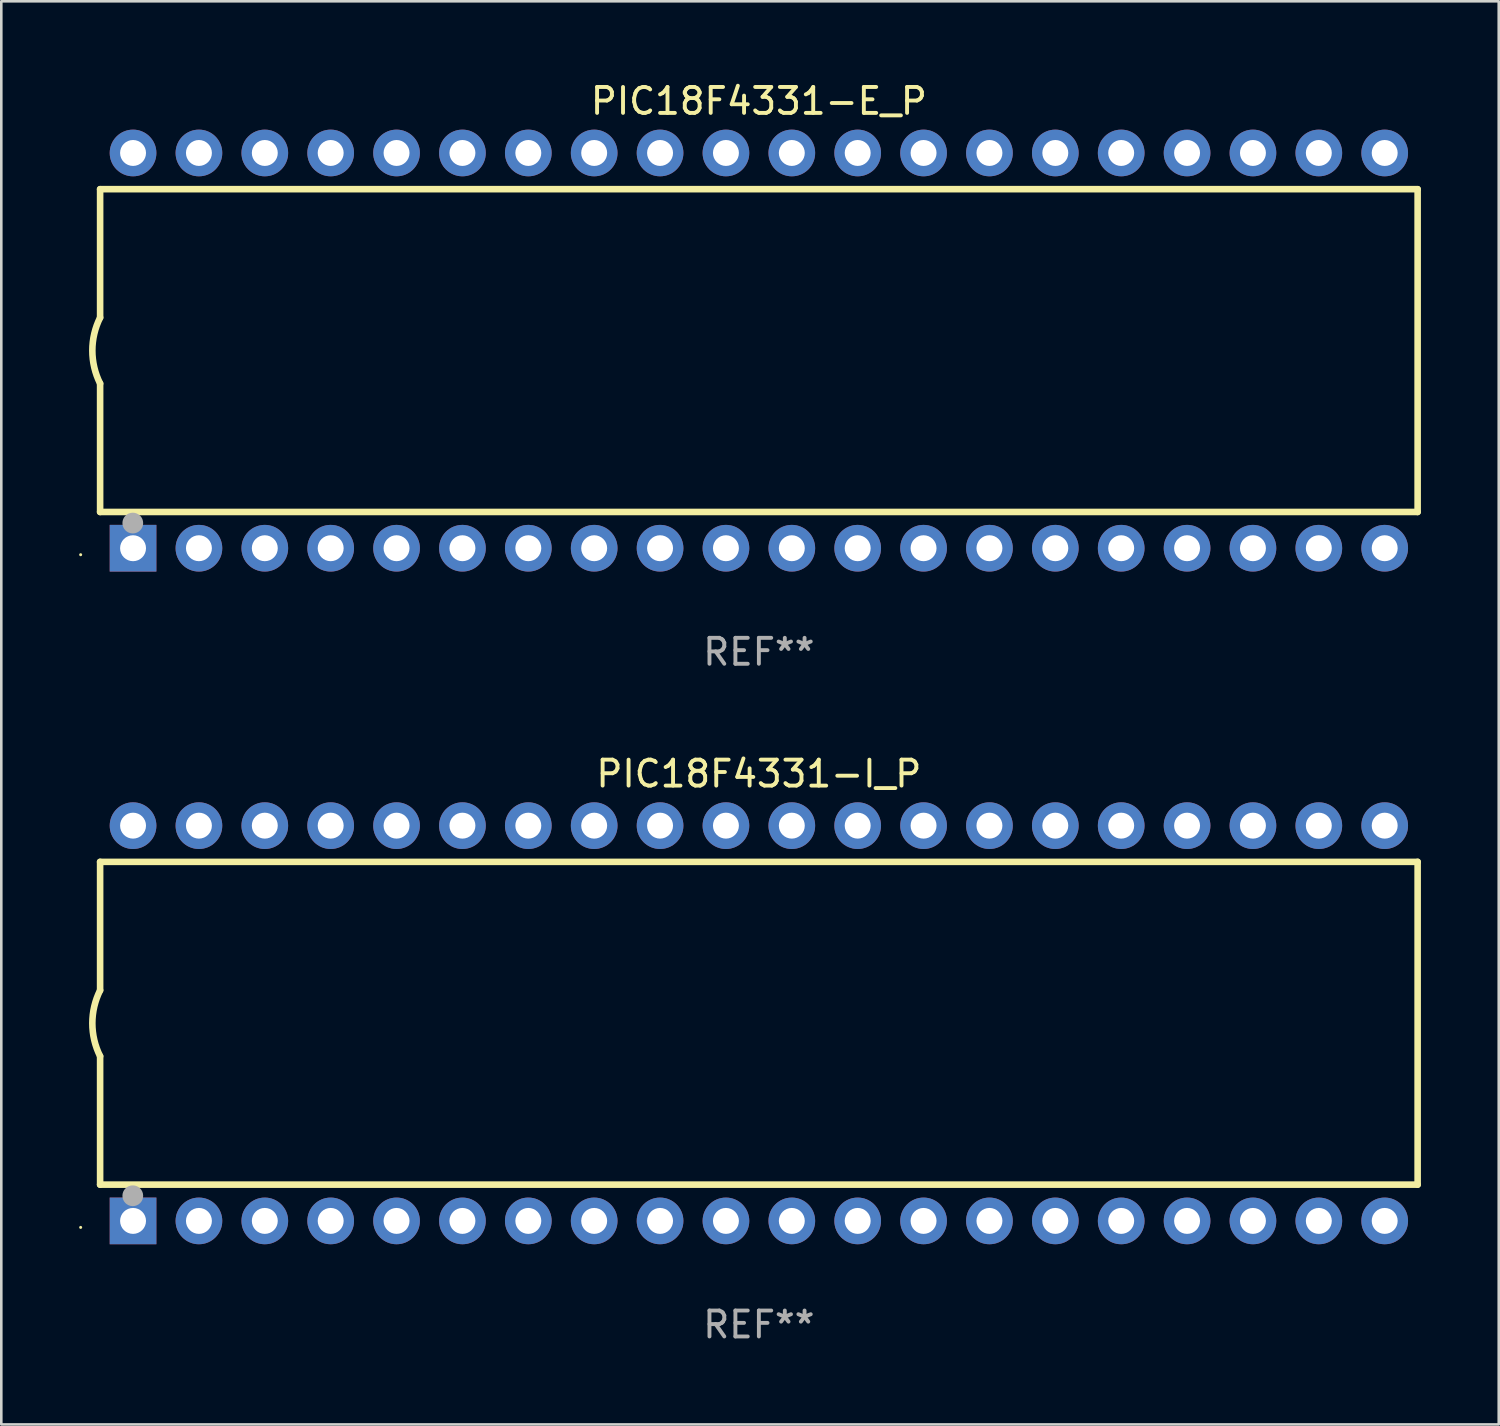
<source format=kicad_pcb>
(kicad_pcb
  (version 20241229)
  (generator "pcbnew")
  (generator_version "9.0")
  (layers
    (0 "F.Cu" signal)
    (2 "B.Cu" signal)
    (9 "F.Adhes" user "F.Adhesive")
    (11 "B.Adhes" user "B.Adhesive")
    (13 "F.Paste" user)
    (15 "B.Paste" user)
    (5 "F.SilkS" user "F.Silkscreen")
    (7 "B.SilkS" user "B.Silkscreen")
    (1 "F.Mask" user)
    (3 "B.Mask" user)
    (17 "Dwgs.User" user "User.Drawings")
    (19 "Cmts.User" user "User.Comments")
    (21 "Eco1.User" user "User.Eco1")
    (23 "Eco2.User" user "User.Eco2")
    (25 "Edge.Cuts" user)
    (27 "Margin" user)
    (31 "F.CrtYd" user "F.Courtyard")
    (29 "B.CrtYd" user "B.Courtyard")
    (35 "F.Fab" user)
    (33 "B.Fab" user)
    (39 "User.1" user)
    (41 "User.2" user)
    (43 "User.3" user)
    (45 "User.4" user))
  (footprint "PIC18F4331-I_P"
    (layer "F.Cu")
    (at 26.21 36.405)
    (property "Reference" "PIC18F4331-I_P" (at 0 -9.62 0) (layer "F.SilkS") (effects (font (size 1 1) (thickness 0.15))))
    (attr through_hole)
    (fp_line (start -25.4 -6.224) (end -25.4 -1.271) (stroke (width 0.254) (type solid)) (layer "F.SilkS"))
    (fp_line (start -25.4 -6.224) (end 25.4 -6.224) (stroke (width 0.254) (type solid)) (layer "F.SilkS"))
    (fp_line (start -25.4 1.269) (end -25.4 6.222) (stroke (width 0.254) (type solid)) (layer "F.SilkS"))
    (fp_line (start -25.4 6.222) (end 25.4 6.222) (stroke (width 0.254) (type solid)) (layer "F.SilkS"))
    (fp_line (start 25.4 6.222) (end 25.4 -6.224) (stroke (width 0.254) (type solid)) (layer "F.SilkS"))
    (fp_arc (start -25.4 1.269241) (mid -25.699807 -0.000762) (end -25.4 -1.270765) (stroke (width 0.254001) (type solid)) (layer "F.SilkS"))
    (fp_circle (center -26.15 7.87) (end -26.12 7.87) (stroke (width 0.06) (type solid)) (fill no) (layer "F.SilkS"))
    (fp_circle (center -24.14 6.65) (end -23.94 6.65) (stroke (width 0.4) (type solid)) (fill no) (layer "F.Fab"))
    (fp_text user "REF**" (at 0 11.62 0) (layer "F.Fab") (effects (font (size 1 1) (thickness 0.15))))
    (pad "1" thru_hole rect (at -24.13 7.62 90) (size 1.8 1.8) (drill 1) (layers "*.Cu" "*.Mask"))
    (pad "2" thru_hole circle (at -21.59 7.62) (size 1.8 1.8) (drill 1) (layers "*.Cu" "*.Mask"))
    (pad "3" thru_hole circle (at -19.05 7.62) (size 1.8 1.8) (drill 1) (layers "*.Cu" "*.Mask"))
    (pad "4" thru_hole circle (at -16.51 7.62) (size 1.8 1.8) (drill 1) (layers "*.Cu" "*.Mask"))
    (pad "5" thru_hole circle (at -13.97 7.62) (size 1.8 1.8) (drill 1) (layers "*.Cu" "*.Mask"))
    (pad "6" thru_hole circle (at -11.43 7.62) (size 1.8 1.8) (drill 1) (layers "*.Cu" "*.Mask"))
    (pad "7" thru_hole circle (at -8.89 7.62) (size 1.8 1.8) (drill 1) (layers "*.Cu" "*.Mask"))
    (pad "8" thru_hole circle (at -6.35 7.62) (size 1.8 1.8) (drill 1) (layers "*.Cu" "*.Mask"))
    (pad "9" thru_hole circle (at -3.81 7.62) (size 1.8 1.8) (drill 1) (layers "*.Cu" "*.Mask"))
    (pad "10" thru_hole circle (at -1.27 7.62) (size 1.8 1.8) (drill 1) (layers "*.Cu" "*.Mask"))
    (pad "11" thru_hole circle (at 1.27 7.62) (size 1.8 1.8) (drill 1) (layers "*.Cu" "*.Mask"))
    (pad "12" thru_hole circle (at 3.81 7.62) (size 1.8 1.8) (drill 1) (layers "*.Cu" "*.Mask"))
    (pad "13" thru_hole circle (at 6.35 7.62) (size 1.8 1.8) (drill 1) (layers "*.Cu" "*.Mask"))
    (pad "14" thru_hole circle (at 8.89 7.62) (size 1.8 1.8) (drill 1) (layers "*.Cu" "*.Mask"))
    (pad "15" thru_hole circle (at 11.43 7.62) (size 1.8 1.8) (drill 1) (layers "*.Cu" "*.Mask"))
    (pad "16" thru_hole circle (at 13.97 7.62) (size 1.8 1.8) (drill 1) (layers "*.Cu" "*.Mask"))
    (pad "17" thru_hole circle (at 16.51 7.62) (size 1.8 1.8) (drill 1) (layers "*.Cu" "*.Mask"))
    (pad "18" thru_hole circle (at 19.05 7.62) (size 1.8 1.8) (drill 1) (layers "*.Cu" "*.Mask"))
    (pad "19" thru_hole circle (at 21.59 7.62) (size 1.8 1.8) (drill 1) (layers "*.Cu" "*.Mask"))
    (pad "20" thru_hole circle (at 24.13 7.62) (size 1.8 1.8) (drill 1) (layers "*.Cu" "*.Mask"))
    (pad "21" thru_hole circle (at 24.13 -7.62) (size 1.8 1.8) (drill 1) (layers "*.Cu" "*.Mask"))
    (pad "22" thru_hole circle (at 21.59 -7.62) (size 1.8 1.8) (drill 1) (layers "*.Cu" "*.Mask"))
    (pad "23" thru_hole circle (at 19.05 -7.62) (size 1.8 1.8) (drill 1) (layers "*.Cu" "*.Mask"))
    (pad "24" thru_hole circle (at 16.51 -7.62) (size 1.8 1.8) (drill 1) (layers "*.Cu" "*.Mask"))
    (pad "25" thru_hole circle (at 13.97 -7.62) (size 1.8 1.8) (drill 1) (layers "*.Cu" "*.Mask"))
    (pad "26" thru_hole circle (at 11.43 -7.62) (size 1.8 1.8) (drill 1) (layers "*.Cu" "*.Mask"))
    (pad "27" thru_hole circle (at 8.89 -7.62) (size 1.8 1.8) (drill 1) (layers "*.Cu" "*.Mask"))
    (pad "28" thru_hole circle (at 6.35 -7.62) (size 1.8 1.8) (drill 1) (layers "*.Cu" "*.Mask"))
    (pad "29" thru_hole circle (at 3.81 -7.62) (size 1.8 1.8) (drill 1) (layers "*.Cu" "*.Mask"))
    (pad "30" thru_hole circle (at 1.27 -7.62) (size 1.8 1.8) (drill 1) (layers "*.Cu" "*.Mask"))
    (pad "31" thru_hole circle (at -1.27 -7.62) (size 1.8 1.8) (drill 1) (layers "*.Cu" "*.Mask"))
    (pad "32" thru_hole circle (at -3.81 -7.62) (size 1.8 1.8) (drill 1) (layers "*.Cu" "*.Mask"))
    (pad "33" thru_hole circle (at -6.35 -7.62) (size 1.8 1.8) (drill 1) (layers "*.Cu" "*.Mask"))
    (pad "34" thru_hole circle (at -8.89 -7.62) (size 1.8 1.8) (drill 1) (layers "*.Cu" "*.Mask"))
    (pad "35" thru_hole circle (at -11.43 -7.62) (size 1.8 1.8) (drill 1) (layers "*.Cu" "*.Mask"))
    (pad "36" thru_hole circle (at -13.97 -7.62) (size 1.8 1.8) (drill 1) (layers "*.Cu" "*.Mask"))
    (pad "37" thru_hole circle (at -16.51 -7.62) (size 1.8 1.8) (drill 1) (layers "*.Cu" "*.Mask"))
    (pad "38" thru_hole circle (at -19.05 -7.62) (size 1.8 1.8) (drill 1) (layers "*.Cu" "*.Mask"))
    (pad "39" thru_hole circle (at -21.59 -7.62) (size 1.8 1.8) (drill 1) (layers "*.Cu" "*.Mask"))
    (pad "40" thru_hole circle (at -24.13 -7.62) (size 1.8 1.8) (drill 1) (layers "*.Cu" "*.Mask")))
  (footprint "PIC18F4331-E_P"
    (layer "F.Cu")
    (at 26.21 10.468)
    (property "Reference" "PIC18F4331-E_P" (at 0 -9.62 0) (layer "F.SilkS") (effects (font (size 1 1) (thickness 0.15))))
    (attr through_hole)
    (fp_line (start -25.4 -6.224) (end -25.4 -1.271) (stroke (width 0.254) (type solid)) (layer "F.SilkS"))
    (fp_line (start -25.4 -6.224) (end 25.4 -6.224) (stroke (width 0.254) (type solid)) (layer "F.SilkS"))
    (fp_line (start -25.4 1.269) (end -25.4 6.222) (stroke (width 0.254) (type solid)) (layer "F.SilkS"))
    (fp_line (start -25.4 6.222) (end 25.4 6.222) (stroke (width 0.254) (type solid)) (layer "F.SilkS"))
    (fp_line (start 25.4 6.222) (end 25.4 -6.224) (stroke (width 0.254) (type solid)) (layer "F.SilkS"))
    (fp_arc (start -25.4 1.269241) (mid -25.699807 -0.000762) (end -25.4 -1.270765) (stroke (width 0.254001) (type solid)) (layer "F.SilkS"))
    (fp_circle (center -26.15 7.87) (end -26.12 7.87) (stroke (width 0.06) (type solid)) (fill no) (layer "F.SilkS"))
    (fp_circle (center -24.14 6.65) (end -23.94 6.65) (stroke (width 0.4) (type solid)) (fill no) (layer "F.Fab"))
    (fp_text user "REF**" (at 0 11.62 0) (layer "F.Fab") (effects (font (size 1 1) (thickness 0.15))))
    (pad "1" thru_hole rect (at -24.13 7.62 90) (size 1.8 1.8) (drill 1) (layers "*.Cu" "*.Mask"))
    (pad "2" thru_hole circle (at -21.59 7.62) (size 1.8 1.8) (drill 1) (layers "*.Cu" "*.Mask"))
    (pad "3" thru_hole circle (at -19.05 7.62) (size 1.8 1.8) (drill 1) (layers "*.Cu" "*.Mask"))
    (pad "4" thru_hole circle (at -16.51 7.62) (size 1.8 1.8) (drill 1) (layers "*.Cu" "*.Mask"))
    (pad "5" thru_hole circle (at -13.97 7.62) (size 1.8 1.8) (drill 1) (layers "*.Cu" "*.Mask"))
    (pad "6" thru_hole circle (at -11.43 7.62) (size 1.8 1.8) (drill 1) (layers "*.Cu" "*.Mask"))
    (pad "7" thru_hole circle (at -8.89 7.62) (size 1.8 1.8) (drill 1) (layers "*.Cu" "*.Mask"))
    (pad "8" thru_hole circle (at -6.35 7.62) (size 1.8 1.8) (drill 1) (layers "*.Cu" "*.Mask"))
    (pad "9" thru_hole circle (at -3.81 7.62) (size 1.8 1.8) (drill 1) (layers "*.Cu" "*.Mask"))
    (pad "10" thru_hole circle (at -1.27 7.62) (size 1.8 1.8) (drill 1) (layers "*.Cu" "*.Mask"))
    (pad "11" thru_hole circle (at 1.27 7.62) (size 1.8 1.8) (drill 1) (layers "*.Cu" "*.Mask"))
    (pad "12" thru_hole circle (at 3.81 7.62) (size 1.8 1.8) (drill 1) (layers "*.Cu" "*.Mask"))
    (pad "13" thru_hole circle (at 6.35 7.62) (size 1.8 1.8) (drill 1) (layers "*.Cu" "*.Mask"))
    (pad "14" thru_hole circle (at 8.89 7.62) (size 1.8 1.8) (drill 1) (layers "*.Cu" "*.Mask"))
    (pad "15" thru_hole circle (at 11.43 7.62) (size 1.8 1.8) (drill 1) (layers "*.Cu" "*.Mask"))
    (pad "16" thru_hole circle (at 13.97 7.62) (size 1.8 1.8) (drill 1) (layers "*.Cu" "*.Mask"))
    (pad "17" thru_hole circle (at 16.51 7.62) (size 1.8 1.8) (drill 1) (layers "*.Cu" "*.Mask"))
    (pad "18" thru_hole circle (at 19.05 7.62) (size 1.8 1.8) (drill 1) (layers "*.Cu" "*.Mask"))
    (pad "19" thru_hole circle (at 21.59 7.62) (size 1.8 1.8) (drill 1) (layers "*.Cu" "*.Mask"))
    (pad "20" thru_hole circle (at 24.13 7.62) (size 1.8 1.8) (drill 1) (layers "*.Cu" "*.Mask"))
    (pad "21" thru_hole circle (at 24.13 -7.62) (size 1.8 1.8) (drill 1) (layers "*.Cu" "*.Mask"))
    (pad "22" thru_hole circle (at 21.59 -7.62) (size 1.8 1.8) (drill 1) (layers "*.Cu" "*.Mask"))
    (pad "23" thru_hole circle (at 19.05 -7.62) (size 1.8 1.8) (drill 1) (layers "*.Cu" "*.Mask"))
    (pad "24" thru_hole circle (at 16.51 -7.62) (size 1.8 1.8) (drill 1) (layers "*.Cu" "*.Mask"))
    (pad "25" thru_hole circle (at 13.97 -7.62) (size 1.8 1.8) (drill 1) (layers "*.Cu" "*.Mask"))
    (pad "26" thru_hole circle (at 11.43 -7.62) (size 1.8 1.8) (drill 1) (layers "*.Cu" "*.Mask"))
    (pad "27" thru_hole circle (at 8.89 -7.62) (size 1.8 1.8) (drill 1) (layers "*.Cu" "*.Mask"))
    (pad "28" thru_hole circle (at 6.35 -7.62) (size 1.8 1.8) (drill 1) (layers "*.Cu" "*.Mask"))
    (pad "29" thru_hole circle (at 3.81 -7.62) (size 1.8 1.8) (drill 1) (layers "*.Cu" "*.Mask"))
    (pad "30" thru_hole circle (at 1.27 -7.62) (size 1.8 1.8) (drill 1) (layers "*.Cu" "*.Mask"))
    (pad "31" thru_hole circle (at -1.27 -7.62) (size 1.8 1.8) (drill 1) (layers "*.Cu" "*.Mask"))
    (pad "32" thru_hole circle (at -3.81 -7.62) (size 1.8 1.8) (drill 1) (layers "*.Cu" "*.Mask"))
    (pad "33" thru_hole circle (at -6.35 -7.62) (size 1.8 1.8) (drill 1) (layers "*.Cu" "*.Mask"))
    (pad "34" thru_hole circle (at -8.89 -7.62) (size 1.8 1.8) (drill 1) (layers "*.Cu" "*.Mask"))
    (pad "35" thru_hole circle (at -11.43 -7.62) (size 1.8 1.8) (drill 1) (layers "*.Cu" "*.Mask"))
    (pad "36" thru_hole circle (at -13.97 -7.62) (size 1.8 1.8) (drill 1) (layers "*.Cu" "*.Mask"))
    (pad "37" thru_hole circle (at -16.51 -7.62) (size 1.8 1.8) (drill 1) (layers "*.Cu" "*.Mask"))
    (pad "38" thru_hole circle (at -19.05 -7.62) (size 1.8 1.8) (drill 1) (layers "*.Cu" "*.Mask"))
    (pad "39" thru_hole circle (at -21.59 -7.62) (size 1.8 1.8) (drill 1) (layers "*.Cu" "*.Mask"))
    (pad "40" thru_hole circle (at -24.13 -7.62) (size 1.8 1.8) (drill 1) (layers "*.Cu" "*.Mask")))
  (gr_rect
    (start -3 -3)
    (end 54.737 51.873)
    (stroke (width 0.1) (type default))
    (fill no)
    (layer "Edge.Cuts")))
</source>
